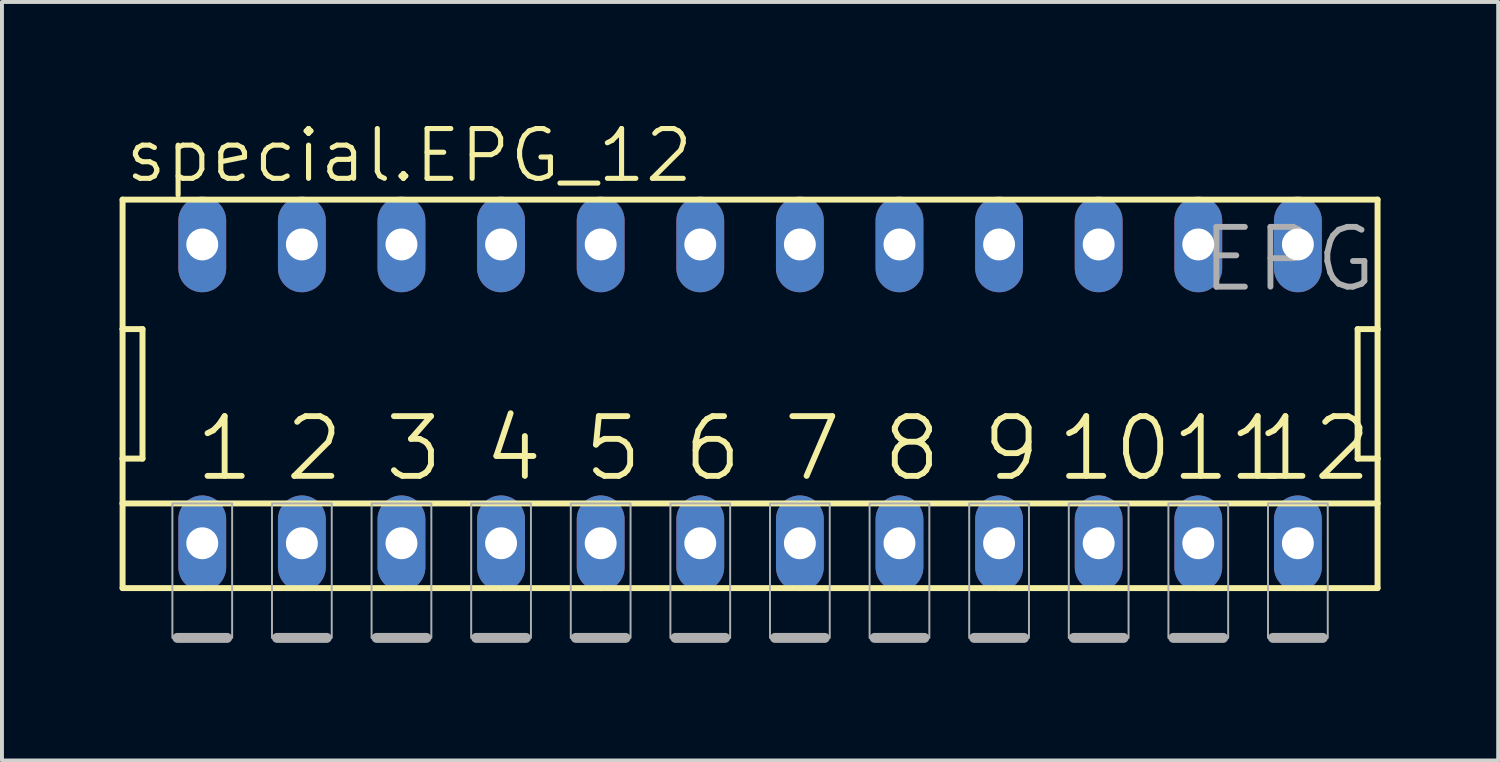
<source format=kicad_pcb>
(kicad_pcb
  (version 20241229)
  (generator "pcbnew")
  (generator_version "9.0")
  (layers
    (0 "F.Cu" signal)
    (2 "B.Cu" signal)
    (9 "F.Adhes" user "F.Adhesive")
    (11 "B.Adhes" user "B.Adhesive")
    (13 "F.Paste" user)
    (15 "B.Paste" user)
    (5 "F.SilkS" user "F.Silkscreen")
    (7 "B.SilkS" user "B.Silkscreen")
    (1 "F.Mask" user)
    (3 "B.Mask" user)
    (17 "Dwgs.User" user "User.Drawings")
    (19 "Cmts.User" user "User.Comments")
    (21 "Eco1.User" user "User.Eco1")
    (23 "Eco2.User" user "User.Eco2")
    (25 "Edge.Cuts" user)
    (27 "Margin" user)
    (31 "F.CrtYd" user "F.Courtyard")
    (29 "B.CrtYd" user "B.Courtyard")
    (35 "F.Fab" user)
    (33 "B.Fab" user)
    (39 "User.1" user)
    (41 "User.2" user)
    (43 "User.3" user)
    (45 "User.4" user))
  (footprint "special.EPG_12"
    (layer "F.Cu")
    (at 16.078 6.994)
    (property "Reference" "special.EPG_12" (at -16.002 -5.334 0) (layer "F.SilkS") (effects (font (size 1.27 1.27) (thickness 0.13)) (justify left bottom)))
    (attr through_hole)
    (fp_line (start -16.002 -4.953) (end -16.002 -1.651) (stroke (width 0.152) (type default)) (layer "F.SilkS"))
    (fp_line (start -16.002 -1.651) (end -16.002 1.651) (stroke (width 0.152) (type default)) (layer "F.SilkS"))
    (fp_line (start -16.002 1.651) (end -16.002 2.794) (stroke (width 0.152) (type default)) (layer "F.SilkS"))
    (fp_line (start -16.002 1.651) (end -15.494 1.651) (stroke (width 0.152) (type default)) (layer "F.SilkS"))
    (fp_line (start -16.002 2.794) (end -16.002 4.953) (stroke (width 0.152) (type default)) (layer "F.SilkS"))
    (fp_line (start -16.002 2.794) (end 16.002 2.794) (stroke (width 0.152) (type default)) (layer "F.SilkS"))
    (fp_line (start -16.002 4.953) (end 16.002 4.953) (stroke (width 0.152) (type default)) (layer "F.SilkS"))
    (fp_line (start -15.494 -1.651) (end -16.002 -1.651) (stroke (width 0.152) (type default)) (layer "F.SilkS"))
    (fp_line (start -15.494 1.651) (end -15.494 -1.651) (stroke (width 0.152) (type default)) (layer "F.SilkS"))
    (fp_line (start 15.494 -1.651) (end 15.494 1.651) (stroke (width 0.152) (type default)) (layer "F.SilkS"))
    (fp_line (start 15.494 1.651) (end 16.002 1.651) (stroke (width 0.152) (type default)) (layer "F.SilkS"))
    (fp_line (start 16.002 -4.953) (end -16.002 -4.953) (stroke (width 0.152) (type default)) (layer "F.SilkS"))
    (fp_line (start 16.002 -1.651) (end 15.494 -1.651) (stroke (width 0.152) (type default)) (layer "F.SilkS"))
    (fp_line (start 16.002 -1.651) (end 16.002 -4.953) (stroke (width 0.152) (type default)) (layer "F.SilkS"))
    (fp_line (start 16.002 1.651) (end 16.002 -1.651) (stroke (width 0.152) (type default)) (layer "F.SilkS"))
    (fp_line (start 16.002 2.794) (end 16.002 1.651) (stroke (width 0.152) (type default)) (layer "F.SilkS"))
    (fp_line (start 16.002 4.953) (end 16.002 2.794) (stroke (width 0.152) (type default)) (layer "F.SilkS"))
    (fp_line (start -14.605 6.223) (end -13.335 6.223) (stroke (width 0.254) (type default)) (layer "F.Fab"))
    (fp_line (start -12.065 6.223) (end -10.795 6.223) (stroke (width 0.254) (type default)) (layer "F.Fab"))
    (fp_line (start -9.525 6.223) (end -8.255 6.223) (stroke (width 0.254) (type default)) (layer "F.Fab"))
    (fp_line (start -6.985 6.223) (end -5.715 6.223) (stroke (width 0.254) (type default)) (layer "F.Fab"))
    (fp_line (start -4.445 6.223) (end -3.175 6.223) (stroke (width 0.254) (type default)) (layer "F.Fab"))
    (fp_line (start -1.905 6.223) (end -0.635 6.223) (stroke (width 0.254) (type default)) (layer "F.Fab"))
    (fp_line (start 0.635 6.223) (end 1.905 6.223) (stroke (width 0.254) (type default)) (layer "F.Fab"))
    (fp_line (start 3.175 6.223) (end 4.445 6.223) (stroke (width 0.254) (type default)) (layer "F.Fab"))
    (fp_line (start 5.715 6.223) (end 6.985 6.223) (stroke (width 0.254) (type default)) (layer "F.Fab"))
    (fp_line (start 8.255 6.223) (end 9.525 6.223) (stroke (width 0.254) (type default)) (layer "F.Fab"))
    (fp_line (start 10.795 6.223) (end 12.065 6.223) (stroke (width 0.254) (type default)) (layer "F.Fab"))
    (fp_line (start 13.335 6.223) (end 14.605 6.223) (stroke (width 0.254) (type default)) (layer "F.Fab"))
    (fp_rect (start -14.732 6.223) (end -13.208 2.794) (stroke (width 0.05) (type default)) (fill no) (layer "F.Fab"))
    (fp_rect (start -12.192 6.223) (end -10.668 2.794) (stroke (width 0.05) (type default)) (fill no) (layer "F.Fab"))
    (fp_rect (start -9.652 6.223) (end -8.128 2.794) (stroke (width 0.05) (type default)) (fill no) (layer "F.Fab"))
    (fp_rect (start -7.112 6.223) (end -5.588 2.794) (stroke (width 0.05) (type default)) (fill no) (layer "F.Fab"))
    (fp_rect (start -4.572 6.223) (end -3.048 2.794) (stroke (width 0.05) (type default)) (fill no) (layer "F.Fab"))
    (fp_rect (start -2.032 6.223) (end -0.508 2.794) (stroke (width 0.05) (type default)) (fill no) (layer "F.Fab"))
    (fp_rect (start 0.508 6.223) (end 2.032 2.794) (stroke (width 0.05) (type default)) (fill no) (layer "F.Fab"))
    (fp_rect (start 3.048 6.223) (end 4.572 2.794) (stroke (width 0.05) (type default)) (fill no) (layer "F.Fab"))
    (fp_rect (start 5.588 6.223) (end 7.112 2.794) (stroke (width 0.05) (type default)) (fill no) (layer "F.Fab"))
    (fp_rect (start 8.128 6.223) (end 9.652 2.794) (stroke (width 0.05) (type default)) (fill no) (layer "F.Fab"))
    (fp_rect (start 10.668 6.223) (end 12.192 2.794) (stroke (width 0.05) (type default)) (fill no) (layer "F.Fab"))
    (fp_rect (start 13.208 6.223) (end 14.732 2.794) (stroke (width 0.05) (type default)) (fill no) (layer "F.Fab"))
    (fp_text user "10" (at 7.747 2.286 0) (layer "F.SilkS") (effects (font (size 1.524 1.524) (thickness 0.15)) (justify left bottom)))
    (fp_text user "3" (at -9.398 2.286 0) (layer "F.SilkS") (effects (font (size 1.524 1.524) (thickness 0.15)) (justify left bottom)))
    (fp_text user "1" (at -14.224 2.286 0) (layer "F.SilkS") (effects (font (size 1.524 1.524) (thickness 0.15)) (justify left bottom)))
    (fp_text user "12" (at 12.827 2.286 0) (layer "F.SilkS") (effects (font (size 1.524 1.524) (thickness 0.15)) (justify left bottom)))
    (fp_text user "7" (at 0.762 2.286 0) (layer "F.SilkS") (effects (font (size 1.524 1.524) (thickness 0.15)) (justify left bottom)))
    (fp_text user "2" (at -11.938 2.286 0) (layer "F.SilkS") (effects (font (size 1.524 1.524) (thickness 0.15)) (justify left bottom)))
    (fp_text user "5" (at -4.318 2.286 0) (layer "F.SilkS") (effects (font (size 1.524 1.524) (thickness 0.15)) (justify left bottom)))
    (fp_text user "9" (at 5.842 2.286 0) (layer "F.SilkS") (effects (font (size 1.524 1.524) (thickness 0.15)) (justify left bottom)))
    (fp_text user "11" (at 10.668 2.286 0) (layer "F.SilkS") (effects (font (size 1.524 1.524) (thickness 0.15)) (justify left bottom)))
    (fp_text user "6" (at -1.778 2.286 0) (layer "F.SilkS") (effects (font (size 1.524 1.524) (thickness 0.15)) (justify left bottom)))
    (fp_text user "8" (at 3.302 2.286 0) (layer "F.SilkS") (effects (font (size 1.524 1.524) (thickness 0.15)) (justify left bottom)))
    (fp_text user "4" (at -6.858 2.286 0) (layer "F.SilkS") (effects (font (size 1.524 1.524) (thickness 0.15)) (justify left bottom)))
    (fp_text user "EPG" (at 11.43 -2.54 0) (layer "F.Fab") (effects (font (size 1.524 1.524) (thickness 0.15)) (justify left bottom)))
    (pad "1" thru_hole oval (at -13.97 3.81 90) (size 2.438 1.219) (drill 0.813) (layers "*.Cu" "*.Mask"))
    (pad "2" thru_hole oval (at -11.43 3.81 90) (size 2.438 1.219) (drill 0.813) (layers "*.Cu" "*.Mask"))
    (pad "3" thru_hole oval (at -8.89 3.81 90) (size 2.438 1.219) (drill 0.813) (layers "*.Cu" "*.Mask"))
    (pad "4" thru_hole oval (at -6.35 3.81 90) (size 2.438 1.219) (drill 0.813) (layers "*.Cu" "*.Mask"))
    (pad "5" thru_hole oval (at -3.81 3.81 90) (size 2.438 1.219) (drill 0.813) (layers "*.Cu" "*.Mask"))
    (pad "6" thru_hole oval (at -1.27 3.81 90) (size 2.438 1.219) (drill 0.813) (layers "*.Cu" "*.Mask"))
    (pad "7" thru_hole oval (at 1.27 3.81 90) (size 2.438 1.219) (drill 0.813) (layers "*.Cu" "*.Mask"))
    (pad "8" thru_hole oval (at 3.81 3.81 90) (size 2.438 1.219) (drill 0.813) (layers "*.Cu" "*.Mask"))
    (pad "9" thru_hole oval (at 6.35 3.81 90) (size 2.438 1.219) (drill 0.813) (layers "*.Cu" "*.Mask"))
    (pad "10" thru_hole oval (at 8.89 3.81 90) (size 2.438 1.219) (drill 0.813) (layers "*.Cu" "*.Mask"))
    (pad "11" thru_hole oval (at 11.43 3.81 90) (size 2.438 1.219) (drill 0.813) (layers "*.Cu" "*.Mask"))
    (pad "12" thru_hole oval (at 13.97 3.81 90) (size 2.438 1.219) (drill 0.813) (layers "*.Cu" "*.Mask"))
    (pad "13" thru_hole oval (at 13.97 -3.81 90) (size 2.438 1.219) (drill 0.813) (layers "*.Cu" "*.Mask"))
    (pad "14" thru_hole oval (at 11.43 -3.81 90) (size 2.438 1.219) (drill 0.813) (layers "*.Cu" "*.Mask"))
    (pad "15" thru_hole oval (at 8.89 -3.81 90) (size 2.438 1.219) (drill 0.813) (layers "*.Cu" "*.Mask"))
    (pad "16" thru_hole oval (at 6.35 -3.81 90) (size 2.438 1.219) (drill 0.813) (layers "*.Cu" "*.Mask"))
    (pad "17" thru_hole oval (at 3.81 -3.81 90) (size 2.438 1.219) (drill 0.813) (layers "*.Cu" "*.Mask"))
    (pad "18" thru_hole oval (at 1.27 -3.81 90) (size 2.438 1.219) (drill 0.813) (layers "*.Cu" "*.Mask"))
    (pad "19" thru_hole oval (at -1.27 -3.81 90) (size 2.438 1.219) (drill 0.813) (layers "*.Cu" "*.Mask"))
    (pad "20" thru_hole oval (at -3.81 -3.81 90) (size 2.438 1.219) (drill 0.813) (layers "*.Cu" "*.Mask"))
    (pad "21" thru_hole oval (at -6.35 -3.81 90) (size 2.438 1.219) (drill 0.813) (layers "*.Cu" "*.Mask"))
    (pad "22" thru_hole oval (at -8.89 -3.81 90) (size 2.438 1.219) (drill 0.813) (layers "*.Cu" "*.Mask"))
    (pad "23" thru_hole oval (at -11.43 -3.81 90) (size 2.438 1.219) (drill 0.813) (layers "*.Cu" "*.Mask"))
    (pad "24" thru_hole oval (at -13.97 -3.81 90) (size 2.438 1.219) (drill 0.813) (layers "*.Cu" "*.Mask")))
  (gr_rect
    (start -3 -3)
    (end 35.156 16.344)
    (stroke (width 0.1) (type default))
    (fill no)
    (layer "Edge.Cuts")))
</source>
